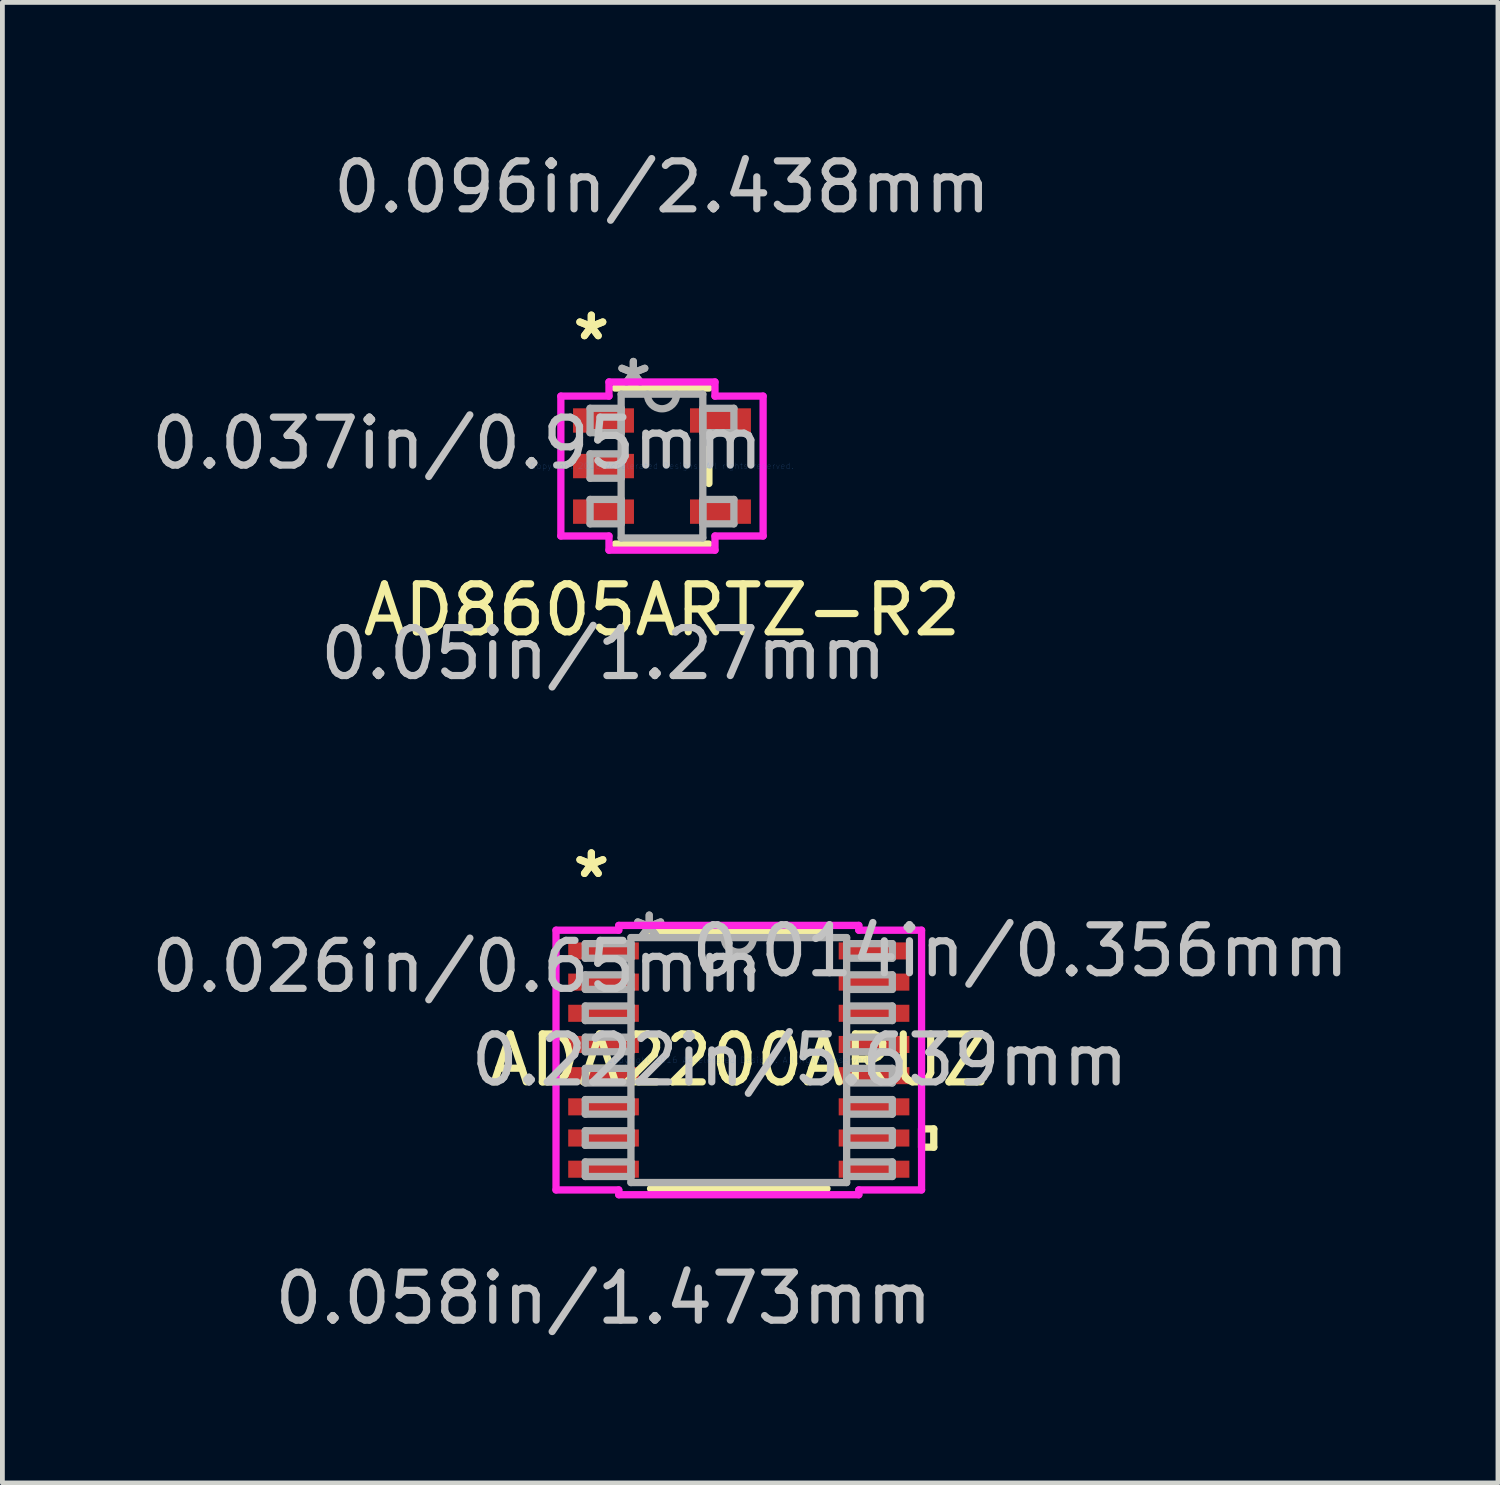
<source format=kicad_pcb>
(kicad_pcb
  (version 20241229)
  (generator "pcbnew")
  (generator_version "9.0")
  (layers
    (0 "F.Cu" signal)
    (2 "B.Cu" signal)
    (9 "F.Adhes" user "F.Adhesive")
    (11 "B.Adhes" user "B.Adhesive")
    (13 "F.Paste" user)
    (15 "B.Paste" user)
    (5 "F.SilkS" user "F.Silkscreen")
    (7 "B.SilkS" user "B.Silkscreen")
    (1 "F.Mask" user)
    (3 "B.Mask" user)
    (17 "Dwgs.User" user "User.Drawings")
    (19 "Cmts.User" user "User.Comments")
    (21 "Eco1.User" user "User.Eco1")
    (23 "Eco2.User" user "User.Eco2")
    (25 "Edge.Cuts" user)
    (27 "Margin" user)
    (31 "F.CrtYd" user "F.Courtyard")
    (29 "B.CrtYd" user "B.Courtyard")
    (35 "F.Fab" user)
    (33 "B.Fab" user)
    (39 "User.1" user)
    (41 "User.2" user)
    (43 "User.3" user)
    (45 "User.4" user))
  (footprint "ADA2200ARUZ"
    (layer "F.Cu")
    (at 12.35 19.047)
    (property "Reference" "ADA2200ARUZ" (at 0 0 0) (layer "F.SilkS") (effects (font (size 1 1) (thickness 0.15))))
    (attr through_hole)
    (fp_line (start -1.839 2.68) (end 1.839 2.68) (stroke (width 0.152) (type solid)) (layer "F.SilkS"))
    (fp_line (start 1.839 -2.68) (end -1.839 -2.68) (stroke (width 0.152) (type solid)) (layer "F.SilkS"))
    (fp_line (start 3.81 1.435) (end 4.064 1.435) (stroke (width 0.152) (type solid)) (layer "F.SilkS"))
    (fp_line (start 3.81 1.816) (end 3.81 1.435) (stroke (width 0.152) (type solid)) (layer "F.SilkS"))
    (fp_line (start 4.064 1.435) (end 4.064 1.816) (stroke (width 0.152) (type solid)) (layer "F.SilkS"))
    (fp_line (start 4.064 1.816) (end 3.81 1.816) (stroke (width 0.152) (type solid)) (layer "F.SilkS"))
    (fp_line (start -3.81 -2.707) (end -2.502 -2.707) (stroke (width 0.152) (type solid)) (layer "F.CrtYd"))
    (fp_line (start -3.81 2.707) (end -3.81 -2.707) (stroke (width 0.152) (type solid)) (layer "F.CrtYd"))
    (fp_line (start -2.502 -2.807) (end 2.502 -2.807) (stroke (width 0.152) (type solid)) (layer "F.CrtYd"))
    (fp_line (start -2.502 -2.707) (end -2.502 -2.807) (stroke (width 0.152) (type solid)) (layer "F.CrtYd"))
    (fp_line (start -2.502 2.707) (end -3.81 2.707) (stroke (width 0.152) (type solid)) (layer "F.CrtYd"))
    (fp_line (start -2.502 2.807) (end -2.502 2.707) (stroke (width 0.152) (type solid)) (layer "F.CrtYd"))
    (fp_line (start 2.502 -2.807) (end 2.502 -2.707) (stroke (width 0.152) (type solid)) (layer "F.CrtYd"))
    (fp_line (start 2.502 -2.707) (end 3.81 -2.707) (stroke (width 0.152) (type solid)) (layer "F.CrtYd"))
    (fp_line (start 2.502 2.707) (end 2.502 2.807) (stroke (width 0.152) (type solid)) (layer "F.CrtYd"))
    (fp_line (start 2.502 2.807) (end -2.502 2.807) (stroke (width 0.152) (type solid)) (layer "F.CrtYd"))
    (fp_line (start 3.81 -2.707) (end 3.81 2.707) (stroke (width 0.152) (type solid)) (layer "F.CrtYd"))
    (fp_line (start 3.81 2.707) (end 2.502 2.707) (stroke (width 0.152) (type solid)) (layer "F.CrtYd"))
    (fp_line (start -3.2 -2.427) (end -3.2 -2.123) (stroke (width 0.152) (type solid)) (layer "F.Fab"))
    (fp_line (start -3.2 -2.123) (end -2.248 -2.123) (stroke (width 0.152) (type solid)) (layer "F.Fab"))
    (fp_line (start -3.2 -1.777) (end -3.2 -1.473) (stroke (width 0.152) (type solid)) (layer "F.Fab"))
    (fp_line (start -3.2 -1.473) (end -2.248 -1.473) (stroke (width 0.152) (type solid)) (layer "F.Fab"))
    (fp_line (start -3.2 -1.127) (end -3.2 -0.823) (stroke (width 0.152) (type solid)) (layer "F.Fab"))
    (fp_line (start -3.2 -0.823) (end -2.248 -0.823) (stroke (width 0.152) (type solid)) (layer "F.Fab"))
    (fp_line (start -3.2 -0.477) (end -3.2 -0.173) (stroke (width 0.152) (type solid)) (layer "F.Fab"))
    (fp_line (start -3.2 -0.173) (end -2.248 -0.173) (stroke (width 0.152) (type solid)) (layer "F.Fab"))
    (fp_line (start -3.2 0.173) (end -3.2 0.477) (stroke (width 0.152) (type solid)) (layer "F.Fab"))
    (fp_line (start -3.2 0.477) (end -2.248 0.477) (stroke (width 0.152) (type solid)) (layer "F.Fab"))
    (fp_line (start -3.2 0.823) (end -3.2 1.127) (stroke (width 0.152) (type solid)) (layer "F.Fab"))
    (fp_line (start -3.2 1.127) (end -2.248 1.127) (stroke (width 0.152) (type solid)) (layer "F.Fab"))
    (fp_line (start -3.2 1.473) (end -3.2 1.777) (stroke (width 0.152) (type solid)) (layer "F.Fab"))
    (fp_line (start -3.2 1.777) (end -2.248 1.777) (stroke (width 0.152) (type solid)) (layer "F.Fab"))
    (fp_line (start -3.2 2.123) (end -3.2 2.427) (stroke (width 0.152) (type solid)) (layer "F.Fab"))
    (fp_line (start -3.2 2.427) (end -2.248 2.427) (stroke (width 0.152) (type solid)) (layer "F.Fab"))
    (fp_line (start -2.248 -2.553) (end -2.248 2.553) (stroke (width 0.152) (type solid)) (layer "F.Fab"))
    (fp_line (start -2.248 -2.427) (end -3.2 -2.427) (stroke (width 0.152) (type solid)) (layer "F.Fab"))
    (fp_line (start -2.248 -2.123) (end -2.248 -2.427) (stroke (width 0.152) (type solid)) (layer "F.Fab"))
    (fp_line (start -2.248 -1.777) (end -3.2 -1.777) (stroke (width 0.152) (type solid)) (layer "F.Fab"))
    (fp_line (start -2.248 -1.473) (end -2.248 -1.777) (stroke (width 0.152) (type solid)) (layer "F.Fab"))
    (fp_line (start -2.248 -1.127) (end -3.2 -1.127) (stroke (width 0.152) (type solid)) (layer "F.Fab"))
    (fp_line (start -2.248 -0.823) (end -2.248 -1.127) (stroke (width 0.152) (type solid)) (layer "F.Fab"))
    (fp_line (start -2.248 -0.477) (end -3.2 -0.477) (stroke (width 0.152) (type solid)) (layer "F.Fab"))
    (fp_line (start -2.248 -0.173) (end -2.248 -0.477) (stroke (width 0.152) (type solid)) (layer "F.Fab"))
    (fp_line (start -2.248 0.173) (end -3.2 0.173) (stroke (width 0.152) (type solid)) (layer "F.Fab"))
    (fp_line (start -2.248 0.477) (end -2.248 0.173) (stroke (width 0.152) (type solid)) (layer "F.Fab"))
    (fp_line (start -2.248 0.823) (end -3.2 0.823) (stroke (width 0.152) (type solid)) (layer "F.Fab"))
    (fp_line (start -2.248 1.127) (end -2.248 0.823) (stroke (width 0.152) (type solid)) (layer "F.Fab"))
    (fp_line (start -2.248 1.473) (end -3.2 1.473) (stroke (width 0.152) (type solid)) (layer "F.Fab"))
    (fp_line (start -2.248 1.777) (end -2.248 1.473) (stroke (width 0.152) (type solid)) (layer "F.Fab"))
    (fp_line (start -2.248 2.123) (end -3.2 2.123) (stroke (width 0.152) (type solid)) (layer "F.Fab"))
    (fp_line (start -2.248 2.427) (end -2.248 2.123) (stroke (width 0.152) (type solid)) (layer "F.Fab"))
    (fp_line (start -2.248 2.553) (end 2.248 2.553) (stroke (width 0.152) (type solid)) (layer "F.Fab"))
    (fp_line (start 2.248 -2.553) (end -2.248 -2.553) (stroke (width 0.152) (type solid)) (layer "F.Fab"))
    (fp_line (start 2.248 -2.427) (end 2.248 -2.123) (stroke (width 0.152) (type solid)) (layer "F.Fab"))
    (fp_line (start 2.248 -2.123) (end 3.2 -2.123) (stroke (width 0.152) (type solid)) (layer "F.Fab"))
    (fp_line (start 2.248 -1.777) (end 2.248 -1.473) (stroke (width 0.152) (type solid)) (layer "F.Fab"))
    (fp_line (start 2.248 -1.473) (end 3.2 -1.473) (stroke (width 0.152) (type solid)) (layer "F.Fab"))
    (fp_line (start 2.248 -1.127) (end 2.248 -0.823) (stroke (width 0.152) (type solid)) (layer "F.Fab"))
    (fp_line (start 2.248 -0.823) (end 3.2 -0.823) (stroke (width 0.152) (type solid)) (layer "F.Fab"))
    (fp_line (start 2.248 -0.477) (end 2.248 -0.173) (stroke (width 0.152) (type solid)) (layer "F.Fab"))
    (fp_line (start 2.248 -0.173) (end 3.2 -0.173) (stroke (width 0.152) (type solid)) (layer "F.Fab"))
    (fp_line (start 2.248 0.173) (end 2.248 0.477) (stroke (width 0.152) (type solid)) (layer "F.Fab"))
    (fp_line (start 2.248 0.477) (end 3.2 0.477) (stroke (width 0.152) (type solid)) (layer "F.Fab"))
    (fp_line (start 2.248 0.823) (end 2.248 1.127) (stroke (width 0.152) (type solid)) (layer "F.Fab"))
    (fp_line (start 2.248 1.127) (end 3.2 1.127) (stroke (width 0.152) (type solid)) (layer "F.Fab"))
    (fp_line (start 2.248 1.473) (end 2.248 1.777) (stroke (width 0.152) (type solid)) (layer "F.Fab"))
    (fp_line (start 2.248 1.777) (end 3.2 1.777) (stroke (width 0.152) (type solid)) (layer "F.Fab"))
    (fp_line (start 2.248 2.123) (end 2.248 2.427) (stroke (width 0.152) (type solid)) (layer "F.Fab"))
    (fp_line (start 2.248 2.427) (end 3.2 2.427) (stroke (width 0.152) (type solid)) (layer "F.Fab"))
    (fp_line (start 2.248 2.553) (end 2.248 -2.553) (stroke (width 0.152) (type solid)) (layer "F.Fab"))
    (fp_line (start 3.2 -2.427) (end 2.248 -2.427) (stroke (width 0.152) (type solid)) (layer "F.Fab"))
    (fp_line (start 3.2 -2.123) (end 3.2 -2.427) (stroke (width 0.152) (type solid)) (layer "F.Fab"))
    (fp_line (start 3.2 -1.777) (end 2.248 -1.777) (stroke (width 0.152) (type solid)) (layer "F.Fab"))
    (fp_line (start 3.2 -1.473) (end 3.2 -1.777) (stroke (width 0.152) (type solid)) (layer "F.Fab"))
    (fp_line (start 3.2 -1.127) (end 2.248 -1.127) (stroke (width 0.152) (type solid)) (layer "F.Fab"))
    (fp_line (start 3.2 -0.823) (end 3.2 -1.127) (stroke (width 0.152) (type solid)) (layer "F.Fab"))
    (fp_line (start 3.2 -0.477) (end 2.248 -0.477) (stroke (width 0.152) (type solid)) (layer "F.Fab"))
    (fp_line (start 3.2 -0.173) (end 3.2 -0.477) (stroke (width 0.152) (type solid)) (layer "F.Fab"))
    (fp_line (start 3.2 0.173) (end 2.248 0.173) (stroke (width 0.152) (type solid)) (layer "F.Fab"))
    (fp_line (start 3.2 0.477) (end 3.2 0.173) (stroke (width 0.152) (type solid)) (layer "F.Fab"))
    (fp_line (start 3.2 0.823) (end 2.248 0.823) (stroke (width 0.152) (type solid)) (layer "F.Fab"))
    (fp_line (start 3.2 1.127) (end 3.2 0.823) (stroke (width 0.152) (type solid)) (layer "F.Fab"))
    (fp_line (start 3.2 1.473) (end 2.248 1.473) (stroke (width 0.152) (type solid)) (layer "F.Fab"))
    (fp_line (start 3.2 1.777) (end 3.2 1.473) (stroke (width 0.152) (type solid)) (layer "F.Fab"))
    (fp_line (start 3.2 2.123) (end 2.248 2.123) (stroke (width 0.152) (type solid)) (layer "F.Fab"))
    (fp_line (start 3.2 2.427) (end 3.2 2.123) (stroke (width 0.152) (type solid)) (layer "F.Fab"))
    (fp_arc (start 0.3048 -2.5527) (mid 0 -2.2479) (end -0.3048 -2.5527) (stroke (width 0.1524) (type solid)) (layer "F.Fab"))
    (fp_text user "*" (at -3.073 -3.774 0) (layer "F.SilkS") (effects (font (size 1 1) (thickness 0.15))))
    (fp_text user "*" (at -3.073 -3.774 0) (layer "F.SilkS") (effects (font (size 1 1) (thickness 0.15))))
    (fp_text user "0.014in/0.356mm" (at 5.867 -2.275 0) (layer "Dwgs.User") (effects (font (size 1 1) (thickness 0.15))))
    (fp_text user "0.222in/5.639mm" (at 1.27 0 0) (layer "Dwgs.User") (effects (font (size 1 1) (thickness 0.15))))
    (fp_text user "0.026in/0.65mm" (at -5.867 -1.95 0) (layer "Dwgs.User") (effects (font (size 1 1) (thickness 0.15))))
    (fp_text user "0.058in/1.473mm" (at -2.819 4.966 0) (layer "Dwgs.User") (effects (font (size 1 1) (thickness 0.15))))
    (fp_text user "Copyright 2016 Accelerated Designs. All rights reserved." (at 0 0 0) (layer "Cmts.User") (effects (font (size 0.127 0.127) (thickness 0.002))))
    (fp_text user "*" (at -1.867 -2.477 0) (layer "F.Fab") (effects (font (size 1 1) (thickness 0.15))))
    (fp_text user "*" (at -1.867 -2.477 0) (layer "F.Fab") (effects (font (size 1 1) (thickness 0.15))))
    (pad "1" smd rect (at -2.819 -2.275) (size 1.473 0.356) (layers "F.Cu" "F.Mask" "F.Paste"))
    (pad "2" smd rect (at -2.819 -1.625) (size 1.473 0.356) (layers "F.Cu" "F.Mask" "F.Paste"))
    (pad "3" smd rect (at -2.819 -0.975) (size 1.473 0.356) (layers "F.Cu" "F.Mask" "F.Paste"))
    (pad "4" smd rect (at -2.819 -0.325) (size 1.473 0.356) (layers "F.Cu" "F.Mask" "F.Paste"))
    (pad "5" smd rect (at -2.819 0.325) (size 1.473 0.356) (layers "F.Cu" "F.Mask" "F.Paste"))
    (pad "6" smd rect (at -2.819 0.975) (size 1.473 0.356) (layers "F.Cu" "F.Mask" "F.Paste"))
    (pad "7" smd rect (at -2.819 1.625) (size 1.473 0.356) (layers "F.Cu" "F.Mask" "F.Paste"))
    (pad "8" smd rect (at -2.819 2.275) (size 1.473 0.356) (layers "F.Cu" "F.Mask" "F.Paste"))
    (pad "9" smd rect (at 2.819 2.275) (size 1.473 0.356) (layers "F.Cu" "F.Mask" "F.Paste"))
    (pad "10" smd rect (at 2.819 1.625) (size 1.473 0.356) (layers "F.Cu" "F.Mask" "F.Paste"))
    (pad "11" smd rect (at 2.819 0.975) (size 1.473 0.356) (layers "F.Cu" "F.Mask" "F.Paste"))
    (pad "12" smd rect (at 2.819 0.325) (size 1.473 0.356) (layers "F.Cu" "F.Mask" "F.Paste"))
    (pad "13" smd rect (at 2.819 -0.325) (size 1.473 0.356) (layers "F.Cu" "F.Mask" "F.Paste"))
    (pad "14" smd rect (at 2.819 -0.975) (size 1.473 0.356) (layers "F.Cu" "F.Mask" "F.Paste"))
    (pad "15" smd rect (at 2.819 -1.625) (size 1.473 0.356) (layers "F.Cu" "F.Mask" "F.Paste"))
    (pad "16" smd rect (at 2.819 -2.275) (size 1.473 0.356) (layers "F.Cu" "F.Mask" "F.Paste")))
  (footprint "AD8605ARTZ-R2"
    (layer "F.Cu")
    (at 10.749 6.665)
    (property "Reference" "AD8605ARTZ-R2" (at 0 3 0) (layer "F.SilkS") (effects (font (size 1 1) (thickness 0.15))))
    (attr through_hole)
    (fp_line (start -0.978 1.626) (end 0.978 1.626) (stroke (width 0.152) (type solid)) (layer "F.SilkS"))
    (fp_line (start 0.978 -1.626) (end -0.978 -1.626) (stroke (width 0.152) (type solid)) (layer "F.SilkS"))
    (fp_line (start 0.978 0.363) (end 0.978 -0.363) (stroke (width 0.152) (type solid)) (layer "F.SilkS"))
    (fp_line (start -2.108 -1.458) (end -1.105 -1.458) (stroke (width 0.152) (type solid)) (layer "F.CrtYd"))
    (fp_line (start -2.108 1.458) (end -2.108 -1.458) (stroke (width 0.152) (type solid)) (layer "F.CrtYd"))
    (fp_line (start -1.105 -1.753) (end 1.105 -1.753) (stroke (width 0.152) (type solid)) (layer "F.CrtYd"))
    (fp_line (start -1.105 -1.458) (end -1.105 -1.753) (stroke (width 0.152) (type solid)) (layer "F.CrtYd"))
    (fp_line (start -1.105 1.458) (end -2.108 1.458) (stroke (width 0.152) (type solid)) (layer "F.CrtYd"))
    (fp_line (start -1.105 1.753) (end -1.105 1.458) (stroke (width 0.152) (type solid)) (layer "F.CrtYd"))
    (fp_line (start 1.105 -1.753) (end 1.105 -1.458) (stroke (width 0.152) (type solid)) (layer "F.CrtYd"))
    (fp_line (start 1.105 -1.458) (end 2.108 -1.458) (stroke (width 0.152) (type solid)) (layer "F.CrtYd"))
    (fp_line (start 1.105 1.458) (end 1.105 1.753) (stroke (width 0.152) (type solid)) (layer "F.CrtYd"))
    (fp_line (start 1.105 1.753) (end -1.105 1.753) (stroke (width 0.152) (type solid)) (layer "F.CrtYd"))
    (fp_line (start 2.108 -1.458) (end 2.108 1.458) (stroke (width 0.152) (type solid)) (layer "F.CrtYd"))
    (fp_line (start 2.108 1.458) (end 1.105 1.458) (stroke (width 0.152) (type solid)) (layer "F.CrtYd"))
    (fp_line (start -1.499 -1.204) (end -1.499 -0.696) (stroke (width 0.152) (type solid)) (layer "F.Fab"))
    (fp_line (start -1.499 -0.696) (end -0.851 -0.696) (stroke (width 0.152) (type solid)) (layer "F.Fab"))
    (fp_line (start -1.499 -0.254) (end -1.499 0.254) (stroke (width 0.152) (type solid)) (layer "F.Fab"))
    (fp_line (start -1.499 0.254) (end -0.851 0.254) (stroke (width 0.152) (type solid)) (layer "F.Fab"))
    (fp_line (start -1.499 0.696) (end -1.499 1.204) (stroke (width 0.152) (type solid)) (layer "F.Fab"))
    (fp_line (start -1.499 1.204) (end -0.851 1.204) (stroke (width 0.152) (type solid)) (layer "F.Fab"))
    (fp_line (start -0.851 -1.499) (end -0.851 1.499) (stroke (width 0.152) (type solid)) (layer "F.Fab"))
    (fp_line (start -0.851 -1.204) (end -1.499 -1.204) (stroke (width 0.152) (type solid)) (layer "F.Fab"))
    (fp_line (start -0.851 -0.696) (end -0.851 -1.204) (stroke (width 0.152) (type solid)) (layer "F.Fab"))
    (fp_line (start -0.851 -0.254) (end -1.499 -0.254) (stroke (width 0.152) (type solid)) (layer "F.Fab"))
    (fp_line (start -0.851 0.254) (end -0.851 -0.254) (stroke (width 0.152) (type solid)) (layer "F.Fab"))
    (fp_line (start -0.851 0.696) (end -1.499 0.696) (stroke (width 0.152) (type solid)) (layer "F.Fab"))
    (fp_line (start -0.851 1.204) (end -0.851 0.696) (stroke (width 0.152) (type solid)) (layer "F.Fab"))
    (fp_line (start -0.851 1.499) (end 0.851 1.499) (stroke (width 0.152) (type solid)) (layer "F.Fab"))
    (fp_line (start 0.851 -1.499) (end -0.851 -1.499) (stroke (width 0.152) (type solid)) (layer "F.Fab"))
    (fp_line (start 0.851 -1.204) (end 0.851 -0.696) (stroke (width 0.152) (type solid)) (layer "F.Fab"))
    (fp_line (start 0.851 -0.696) (end 1.499 -0.696) (stroke (width 0.152) (type solid)) (layer "F.Fab"))
    (fp_line (start 0.851 0.696) (end 0.851 1.204) (stroke (width 0.152) (type solid)) (layer "F.Fab"))
    (fp_line (start 0.851 1.204) (end 1.499 1.204) (stroke (width 0.152) (type solid)) (layer "F.Fab"))
    (fp_line (start 0.851 1.499) (end 0.851 -1.499) (stroke (width 0.152) (type solid)) (layer "F.Fab"))
    (fp_line (start 1.499 -1.204) (end 0.851 -1.204) (stroke (width 0.152) (type solid)) (layer "F.Fab"))
    (fp_line (start 1.499 -0.696) (end 1.499 -1.204) (stroke (width 0.152) (type solid)) (layer "F.Fab"))
    (fp_line (start 1.499 0.696) (end 0.851 0.696) (stroke (width 0.152) (type solid)) (layer "F.Fab"))
    (fp_line (start 1.499 1.204) (end 1.499 0.696) (stroke (width 0.152) (type solid)) (layer "F.Fab"))
    (fp_arc (start 0.3048 -1.4986) (mid 0 -1.1938) (end -0.3048 -1.4986) (stroke (width 0.1524) (type solid)) (layer "F.Fab"))
    (fp_text user "*" (at -1.473 -2.601 0) (layer "F.SilkS") (effects (font (size 1 1) (thickness 0.15))))
    (fp_text user "*" (at -1.473 -2.601 0) (layer "F.SilkS") (effects (font (size 1 1) (thickness 0.15))))
    (fp_text user "0.037in/0.95mm" (at -4.267 -0.475 0) (layer "Dwgs.User") (effects (font (size 1 1) (thickness 0.15))))
    (fp_text user "0.05in/1.27mm" (at -1.219 3.912 0) (layer "Dwgs.User") (effects (font (size 1 1) (thickness 0.15))))
    (fp_text user "0.096in/2.438mm" (at 0 -5.817 0) (layer "Dwgs.User") (effects (font (size 1 1) (thickness 0.15))))
    (fp_text user "Copyright 2016 Accelerated Designs. All rights reserved." (at 0 0 0) (layer "Cmts.User") (effects (font (size 0.127 0.127) (thickness 0.002))))
    (fp_text user "*" (at -0.597 -1.636 0) (layer "F.Fab") (effects (font (size 1 1) (thickness 0.15))))
    (fp_text user "*" (at -0.597 -1.636 0) (layer "F.Fab") (effects (font (size 1 1) (thickness 0.15))))
    (pad "1" smd rect (at -1.219 -0.95) (size 1.27 0.508) (layers "F.Cu" "F.Mask" "F.Paste"))
    (pad "2" smd rect (at -1.219 0) (size 1.27 0.508) (layers "F.Cu" "F.Mask" "F.Paste"))
    (pad "3" smd rect (at -1.219 0.95) (size 1.27 0.508) (layers "F.Cu" "F.Mask" "F.Paste"))
    (pad "4" smd rect (at 1.219 0.95) (size 1.27 0.508) (layers "F.Cu" "F.Mask" "F.Paste"))
    (pad "5" smd rect (at 1.219 -0.95) (size 1.27 0.508) (layers "F.Cu" "F.Mask" "F.Paste")))
  (gr_rect
    (start -3 -3)
    (end 28.175 27.861)
    (stroke (width 0.1) (type default))
    (fill no)
    (layer "Edge.Cuts")))
</source>
